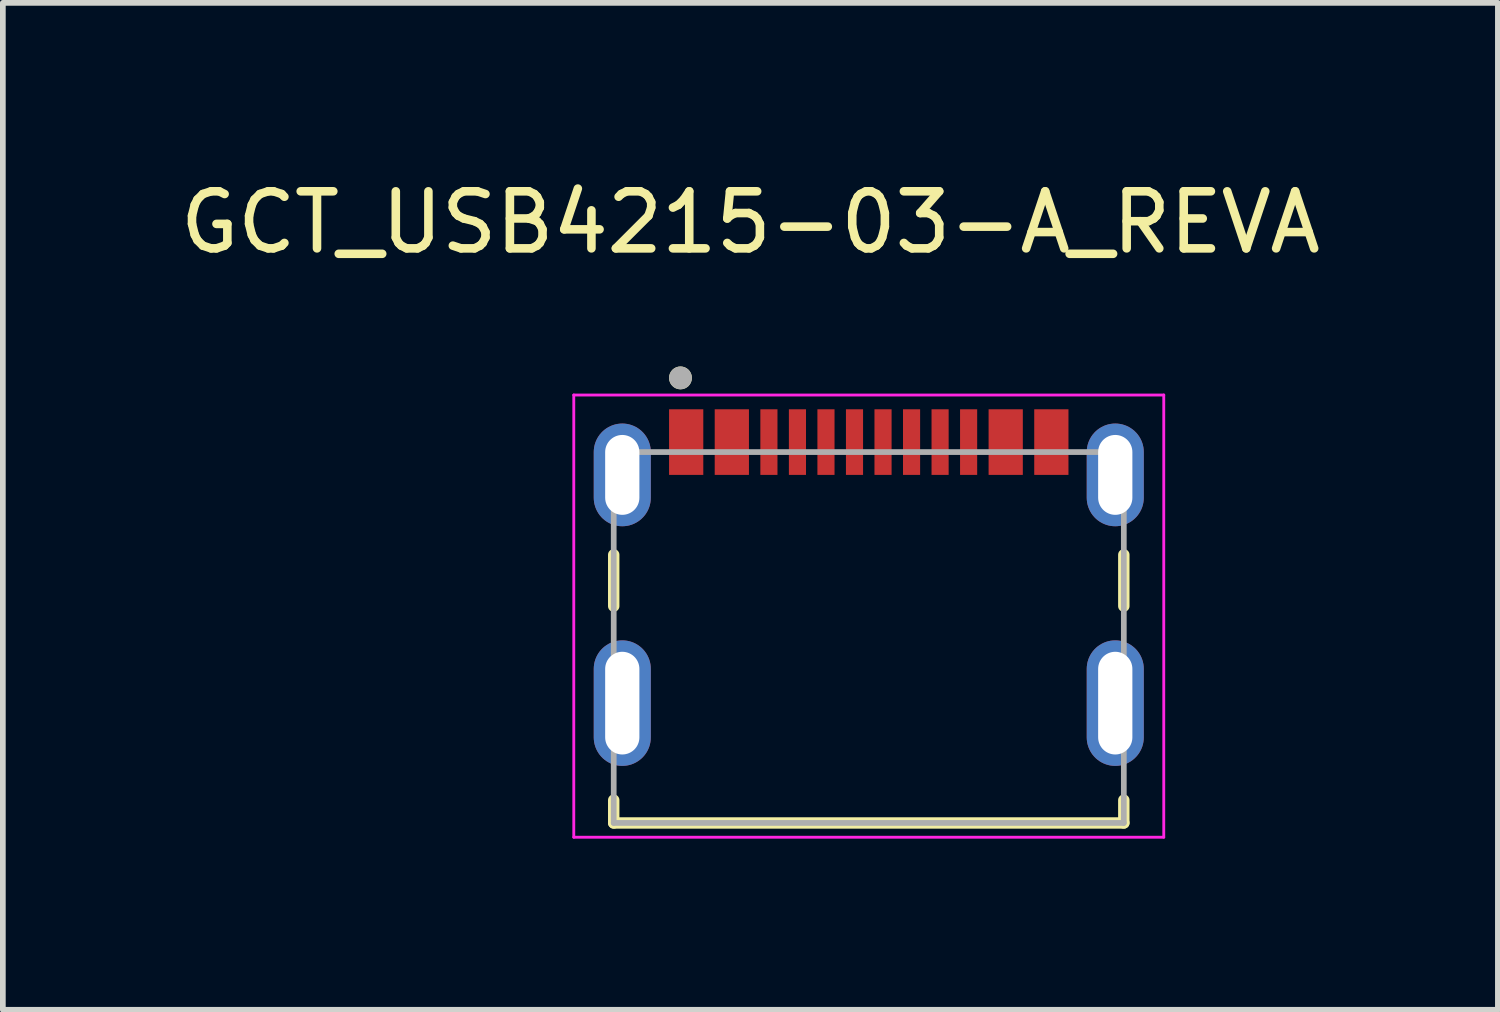
<source format=kicad_pcb>
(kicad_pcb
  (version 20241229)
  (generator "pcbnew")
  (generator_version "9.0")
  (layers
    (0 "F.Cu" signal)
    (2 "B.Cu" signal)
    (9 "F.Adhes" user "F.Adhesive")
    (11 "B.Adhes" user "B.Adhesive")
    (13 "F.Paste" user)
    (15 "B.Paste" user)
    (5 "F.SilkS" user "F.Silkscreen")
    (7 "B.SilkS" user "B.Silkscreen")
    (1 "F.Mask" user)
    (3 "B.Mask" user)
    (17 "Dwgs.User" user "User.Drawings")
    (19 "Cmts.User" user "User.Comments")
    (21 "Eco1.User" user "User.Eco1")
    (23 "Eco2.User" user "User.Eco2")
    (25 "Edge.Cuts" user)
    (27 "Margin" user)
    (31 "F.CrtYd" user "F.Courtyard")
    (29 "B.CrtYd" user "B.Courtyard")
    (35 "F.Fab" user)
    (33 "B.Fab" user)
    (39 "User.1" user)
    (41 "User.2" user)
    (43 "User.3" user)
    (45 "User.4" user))
  (footprint "GCT_USB4215-03-A_REVA"
    (layer "F.Cu")
    (at 12.176 9.273)
    (property "Reference" "GCT_USB4215-03-A_REVA" (at -2.075 -8.425 0) (layer "F.SilkS") (effects (font (size 1 1) (thickness 0.15))))
    (attr smd)
    (fp_line (start -4.47 -2.6) (end -4.47 -1.7) (stroke (width 0.2) (type solid)) (layer "F.SilkS"))
    (fp_line (start -4.47 1.7) (end -4.47 2.1) (stroke (width 0.2) (type solid)) (layer "F.SilkS"))
    (fp_line (start -4.47 2.1) (end 4.47 2.1) (stroke (width 0.2) (type solid)) (layer "F.SilkS"))
    (fp_line (start 4.47 -2.6) (end 4.47 -1.7) (stroke (width 0.2) (type solid)) (layer "F.SilkS"))
    (fp_line (start 4.47 2.1) (end 4.47 1.7) (stroke (width 0.2) (type solid)) (layer "F.SilkS"))
    (fp_circle (center -3.3 -5.7) (end -3.2 -5.7) (stroke (width 0.2) (type solid)) (fill no) (layer "F.SilkS"))
    (fp_line (start -5.17 -5.4) (end -5.17 2.35) (stroke (width 0.05) (type solid)) (layer "F.CrtYd"))
    (fp_line (start -5.17 2.35) (end 5.17 2.35) (stroke (width 0.05) (type solid)) (layer "F.CrtYd"))
    (fp_line (start 5.17 -5.4) (end -5.17 -5.4) (stroke (width 0.05) (type solid)) (layer "F.CrtYd"))
    (fp_line (start 5.17 2.35) (end 5.17 -5.4) (stroke (width 0.05) (type solid)) (layer "F.CrtYd"))
    (fp_line (start -4.47 -4.4) (end -4.47 2.1) (stroke (width 0.1) (type solid)) (layer "F.Fab"))
    (fp_line (start -4.47 2.1) (end 4.47 2.1) (stroke (width 0.1) (type solid)) (layer "F.Fab"))
    (fp_line (start 4.47 -4.4) (end -4.47 -4.4) (stroke (width 0.1) (type solid)) (layer "F.Fab"))
    (fp_line (start 4.47 2.1) (end 4.47 -4.4) (stroke (width 0.1) (type solid)) (layer "F.Fab"))
    (fp_circle (center -3.3 -5.7) (end -3.2 -5.7) (stroke (width 0.2) (type solid)) (fill no) (layer "F.Fab"))
    (pad "A1_B12" smd rect (at -3.2 -4.575) (size 0.6 1.15) (layers "F.Cu" "F.Mask" "F.Paste"))
    (pad "A4_B9" smd rect (at -2.4 -4.575) (size 0.6 1.15) (layers "F.Cu" "F.Mask" "F.Paste"))
    (pad "A5" smd rect (at -1.25 -4.575) (size 0.3 1.15) (layers "F.Cu" "F.Mask" "F.Paste"))
    (pad "A6" smd rect (at -0.25 -4.575) (size 0.3 1.15) (layers "F.Cu" "F.Mask" "F.Paste"))
    (pad "A7" smd rect (at 0.25 -4.575) (size 0.3 1.15) (layers "F.Cu" "F.Mask" "F.Paste"))
    (pad "A8" smd rect (at 1.25 -4.575) (size 0.3 1.15) (layers "F.Cu" "F.Mask" "F.Paste"))
    (pad "B1_A12" smd rect (at 3.2 -4.575) (size 0.6 1.15) (layers "F.Cu" "F.Mask" "F.Paste"))
    (pad "B4_A9" smd rect (at 2.4 -4.575) (size 0.6 1.15) (layers "F.Cu" "F.Mask" "F.Paste"))
    (pad "B5" smd rect (at 1.75 -4.575) (size 0.3 1.15) (layers "F.Cu" "F.Mask" "F.Paste"))
    (pad "B6" smd rect (at 0.75 -4.575) (size 0.3 1.15) (layers "F.Cu" "F.Mask" "F.Paste"))
    (pad "B7" smd rect (at -0.75 -4.575) (size 0.3 1.15) (layers "F.Cu" "F.Mask" "F.Paste"))
    (pad "B8" smd rect (at -1.75 -4.575) (size 0.3 1.15) (layers "F.Cu" "F.Mask" "F.Paste"))
    (pad "SH1" thru_hole oval (at -4.32 -4) (size 1 1.8) (drill oval 0.6 1.4) (layers "*.Cu" "*.Mask"))
    (pad "SH2" thru_hole oval (at 4.32 -4) (size 1 1.8) (drill oval 0.6 1.4) (layers "*.Cu" "*.Mask"))
    (pad "SH3" thru_hole oval (at -4.32 0) (size 1 2.2) (drill oval 0.6 1.8) (layers "*.Cu" "*.Mask"))
    (pad "SH4" thru_hole oval (at 4.32 0) (size 1 2.2) (drill oval 0.6 1.8) (layers "*.Cu" "*.Mask")))
  (gr_rect
    (start -3 -3)
    (end 23.202 14.648)
    (stroke (width 0.1) (type default))
    (fill no)
    (layer "Edge.Cuts")))
</source>
